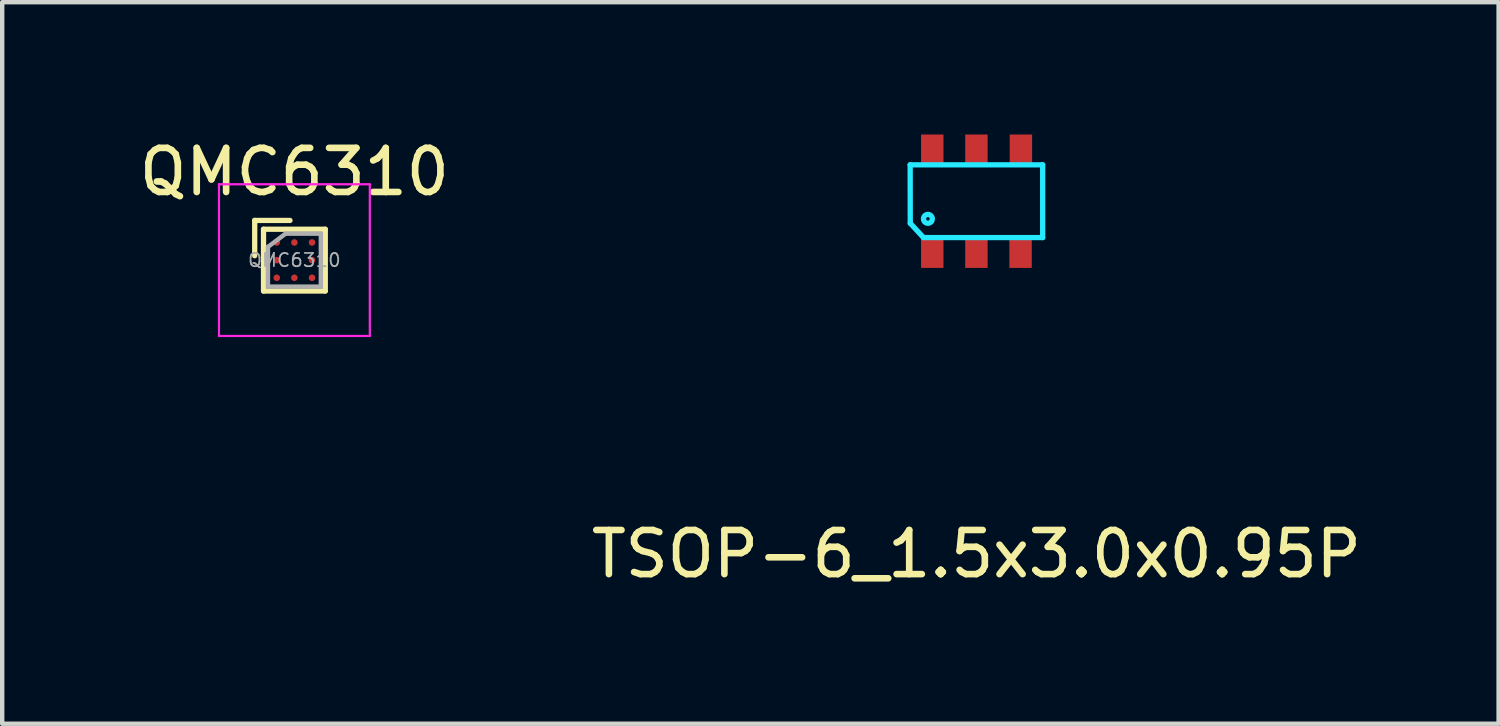
<source format=kicad_pcb>
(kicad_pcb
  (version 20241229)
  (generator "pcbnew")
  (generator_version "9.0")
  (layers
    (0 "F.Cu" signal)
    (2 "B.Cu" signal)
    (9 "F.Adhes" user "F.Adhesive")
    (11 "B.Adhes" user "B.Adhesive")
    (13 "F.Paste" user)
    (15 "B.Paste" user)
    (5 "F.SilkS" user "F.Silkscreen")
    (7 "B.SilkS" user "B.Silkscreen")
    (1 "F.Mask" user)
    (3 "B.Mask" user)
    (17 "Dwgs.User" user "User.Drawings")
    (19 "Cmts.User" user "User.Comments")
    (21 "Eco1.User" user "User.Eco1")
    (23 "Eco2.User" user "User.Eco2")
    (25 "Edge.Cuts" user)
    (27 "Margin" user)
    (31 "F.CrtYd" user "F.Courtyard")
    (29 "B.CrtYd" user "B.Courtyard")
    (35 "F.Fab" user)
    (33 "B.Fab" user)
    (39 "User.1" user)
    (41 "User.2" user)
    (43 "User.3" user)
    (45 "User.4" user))
  (footprint "TSOP-6_1.5x3.0x0.95P"
    (layer "F.Cu")
    (at 19.089 1.512)
    (property "Reference" "TSOP-6_1.5x3.0x0.95P" (at 0 8 0) (layer "F.SilkS") (effects (font (size 1 1) (thickness 0.15))))
    (attr smd)
    (fp_line (start -1.502 -0.825) (end 1.502 -0.825) (stroke (width 0.12) (type solid)) (layer "B.CrtYd"))
    (fp_line (start -1.5 0.5) (end -1.502 -0.825) (stroke (width 0.12) (type solid)) (layer "B.CrtYd"))
    (fp_line (start -1.2 0.825) (end -1.5 0.5) (stroke (width 0.12) (type solid)) (layer "B.CrtYd"))
    (fp_line (start -1.2 0.825) (end 1.502 0.825) (stroke (width 0.12) (type solid)) (layer "B.CrtYd"))
    (fp_line (start 1.502 -0.825) (end 1.502 0.825) (stroke (width 0.12) (type solid)) (layer "B.CrtYd"))
    (fp_circle (center -1.1 0.4) (end -1.1 0.5) (stroke (width 0.12) (type solid)) (fill no) (layer "B.CrtYd"))
    (pad "1" smd rect (at -1.001 1.163) (size 0.508 0.699) (layers "F.Cu" "F.Mask" "F.Paste"))
    (pad "2" smd rect (at 0 1.163) (size 0.508 0.699) (layers "F.Cu" "F.Mask" "F.Paste"))
    (pad "3" smd rect (at 1.001 1.163) (size 0.508 0.699) (layers "F.Cu" "F.Mask" "F.Paste"))
    (pad "4" smd rect (at 1.009 -1.163) (size 0.508 0.699) (layers "F.Cu" "F.Mask" "F.Paste"))
    (pad "5" smd rect (at 0 -1.163) (size 0.508 0.699) (layers "F.Cu" "F.Mask" "F.Paste"))
    (pad "6" smd rect (at -1.001 -1.163) (size 0.508 0.699) (layers "F.Cu" "F.Mask" "F.Paste")))
  (footprint "QMC6310"
    (layer "F.Cu")
    (at 3.625 2.848)
    (property "Reference" "QMC6310" (at 0 -2 0) (layer "F.SilkS") (effects (font (size 1 1) (thickness 0.15))))
    (attr smd)
    (fp_line (start -0.9 -0.9) (end -0.9 -0.1) (stroke (width 0.12) (type solid)) (layer "F.SilkS"))
    (fp_line (start -0.7 -0.7) (end -0.7 0.7) (stroke (width 0.12) (type solid)) (layer "F.SilkS"))
    (fp_line (start -0.7 -0.7) (end 0.7 -0.7) (stroke (width 0.12) (type solid)) (layer "F.SilkS"))
    (fp_line (start -0.1 -0.9) (end -0.9 -0.9) (stroke (width 0.12) (type solid)) (layer "F.SilkS"))
    (fp_line (start 0.7 -0.7) (end 0.7 0.7) (stroke (width 0.12) (type solid)) (layer "F.SilkS"))
    (fp_line (start 0.7 0.7) (end -0.7 0.7) (stroke (width 0.12) (type solid)) (layer "F.SilkS"))
    (fp_line (start -1.71 -1.72) (end -1.71 1.72) (stroke (width 0.05) (type solid)) (layer "F.CrtYd"))
    (fp_line (start -1.71 1.72) (end 1.71 1.72) (stroke (width 0.05) (type solid)) (layer "F.CrtYd"))
    (fp_line (start 1.71 -1.72) (end -1.71 -1.72) (stroke (width 0.05) (type solid)) (layer "F.CrtYd"))
    (fp_line (start 1.71 1.72) (end 1.71 -1.72) (stroke (width 0.05) (type solid)) (layer "F.CrtYd"))
    (fp_line (start -0.6 -0.3) (end -0.6 0.6) (stroke (width 0.1) (type solid)) (layer "F.Fab"))
    (fp_line (start -0.6 -0.3) (end -0.2 -0.6) (stroke (width 0.1) (type solid)) (layer "F.Fab"))
    (fp_line (start -0.6 0.6) (end 0.6 0.6) (stroke (width 0.1) (type solid)) (layer "F.Fab"))
    (fp_line (start 0.6 -0.6) (end -0.2 -0.6) (stroke (width 0.1) (type solid)) (layer "F.Fab"))
    (fp_line (start 0.6 0.6) (end 0.6 -0.6) (stroke (width 0.1) (type solid)) (layer "F.Fab"))
    (fp_text user "${REFERENCE}" (at 0 0 0) (layer "F.Fab") (effects (font (size 0.3 0.3) (thickness 0.04))))
    (pad "" smd rect (at -0.4 -0.4) (size 0.25 0.25) (layers "F.Paste"))
    (pad "" smd rect (at -0.4 0) (size 0.25 0.25) (layers "F.Paste"))
    (pad "" smd rect (at -0.4 0.4) (size 0.25 0.25) (layers "F.Paste"))
    (pad "" smd rect (at 0 -0.4) (size 0.25 0.25) (layers "F.Paste"))
    (pad "" smd rect (at 0 0.4) (size 0.25 0.25) (layers "F.Paste"))
    (pad "" smd rect (at 0.4 -0.4) (size 0.25 0.25) (layers "F.Paste"))
    (pad "" smd rect (at 0.4 0) (size 0.25 0.25) (layers "F.Paste"))
    (pad "" smd rect (at 0.4 0.4) (size 0.25 0.25) (layers "F.Paste"))
    (pad "A1" smd circle (at -0.4 -0.4) (size 0.15 0.15) (layers "F.Cu" "F.Mask"))
    (pad "A2" smd circle (at 0 -0.4) (size 0.15 0.15) (layers "F.Cu" "F.Mask"))
    (pad "A3" smd circle (at 0.4 -0.4) (size 0.15 0.15) (layers "F.Cu" "F.Mask"))
    (pad "B1" smd circle (at -0.4 0) (size 0.15 0.15) (layers "F.Cu" "F.Mask"))
    (pad "B3" smd circle (at 0.4 0) (size 0.15 0.15) (layers "F.Cu" "F.Mask" "F.Paste"))
    (pad "C1" smd circle (at -0.4 0.4) (size 0.15 0.15) (layers "F.Cu" "F.Mask"))
    (pad "C2" smd circle (at 0 0.4) (size 0.15 0.15) (layers "F.Cu" "F.Mask"))
    (pad "C3" smd circle (at 0.4 0.4) (size 0.15 0.15) (layers "F.Cu" "F.Mask")))
  (gr_rect
    (start -3 -3)
    (end 30.929 13.36)
    (stroke (width 0.1) (type default))
    (fill no)
    (layer "Edge.Cuts")))
</source>
